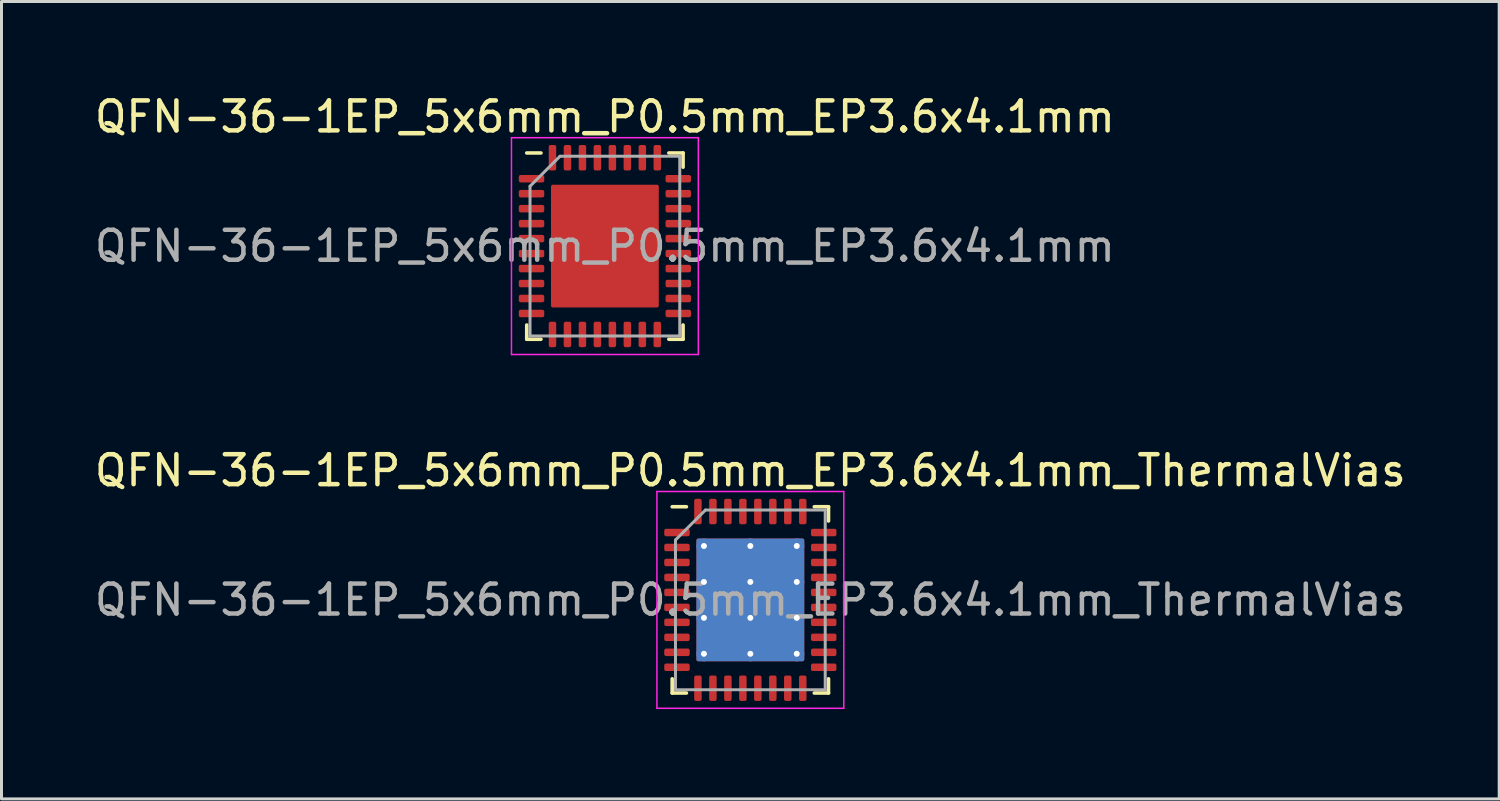
<source format=kicad_pcb>
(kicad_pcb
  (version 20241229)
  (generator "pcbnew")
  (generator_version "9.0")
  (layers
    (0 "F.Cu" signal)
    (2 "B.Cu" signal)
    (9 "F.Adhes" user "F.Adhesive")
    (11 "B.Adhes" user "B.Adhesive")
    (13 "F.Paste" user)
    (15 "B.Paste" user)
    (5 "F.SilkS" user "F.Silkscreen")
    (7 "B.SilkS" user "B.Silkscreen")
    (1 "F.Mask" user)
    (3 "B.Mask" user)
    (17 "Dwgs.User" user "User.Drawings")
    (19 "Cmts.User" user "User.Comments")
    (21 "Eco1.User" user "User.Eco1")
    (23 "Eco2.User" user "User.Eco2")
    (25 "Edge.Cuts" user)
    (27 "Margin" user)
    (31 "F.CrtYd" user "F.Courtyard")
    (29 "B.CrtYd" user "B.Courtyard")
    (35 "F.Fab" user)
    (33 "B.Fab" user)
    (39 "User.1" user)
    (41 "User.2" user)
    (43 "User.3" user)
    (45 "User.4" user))
  (footprint "QFN-36-1EP_5x6mm_P0.5mm_EP3.6x4.1mm_ThermalVias"
    (layer "F.Cu")
    (at 22.006 16.982)
    (property "Reference" "QFN-36-1EP_5x6mm_P0.5mm_EP3.6x4.1mm_ThermalVias" (at 0 -4.32 0) (layer "F.SilkS") (effects (font (size 1 1) (thickness 0.15))))
    (attr smd)
    (fp_line (start -2.61 3.11) (end -2.61 2.635) (stroke (width 0.12) (type solid)) (layer "F.SilkS"))
    (fp_line (start -2.135 -3.11) (end -2.61 -3.11) (stroke (width 0.12) (type solid)) (layer "F.SilkS"))
    (fp_line (start -2.135 3.11) (end -2.61 3.11) (stroke (width 0.12) (type solid)) (layer "F.SilkS"))
    (fp_line (start 2.135 -3.11) (end 2.61 -3.11) (stroke (width 0.12) (type solid)) (layer "F.SilkS"))
    (fp_line (start 2.135 3.11) (end 2.61 3.11) (stroke (width 0.12) (type solid)) (layer "F.SilkS"))
    (fp_line (start 2.61 -3.11) (end 2.61 -2.635) (stroke (width 0.12) (type solid)) (layer "F.SilkS"))
    (fp_line (start 2.61 3.11) (end 2.61 2.635) (stroke (width 0.12) (type solid)) (layer "F.SilkS"))
    (fp_line (start -3.12 -3.62) (end -3.12 3.62) (stroke (width 0.05) (type solid)) (layer "F.CrtYd"))
    (fp_line (start -3.12 3.62) (end 3.12 3.62) (stroke (width 0.05) (type solid)) (layer "F.CrtYd"))
    (fp_line (start 3.12 -3.62) (end -3.12 -3.62) (stroke (width 0.05) (type solid)) (layer "F.CrtYd"))
    (fp_line (start 3.12 3.62) (end 3.12 -3.62) (stroke (width 0.05) (type solid)) (layer "F.CrtYd"))
    (fp_line (start -2.5 -2) (end -1.5 -3) (stroke (width 0.1) (type solid)) (layer "F.Fab"))
    (fp_line (start -2.5 3) (end -2.5 -2) (stroke (width 0.1) (type solid)) (layer "F.Fab"))
    (fp_line (start -1.5 -3) (end 2.5 -3) (stroke (width 0.1) (type solid)) (layer "F.Fab"))
    (fp_line (start 2.5 -3) (end 2.5 3) (stroke (width 0.1) (type solid)) (layer "F.Fab"))
    (fp_line (start 2.5 3) (end -2.5 3) (stroke (width 0.1) (type solid)) (layer "F.Fab"))
    (fp_text user "${REFERENCE}" (at 0 0 0) (layer "F.Fab") (effects (font (size 1 1) (thickness 0.15))))
    (pad "" smd roundrect (at -0.775 -1.2) (size 1.394 1.059) (layers "F.Paste") (roundrect_rratio 0.236))
    (pad "" smd roundrect (at -0.775 0) (size 1.394 1.059) (layers "F.Paste") (roundrect_rratio 0.236))
    (pad "" smd roundrect (at -0.775 1.2) (size 1.394 1.059) (layers "F.Paste") (roundrect_rratio 0.236))
    (pad "" smd roundrect (at 0.775 -1.2) (size 1.394 1.059) (layers "F.Paste") (roundrect_rratio 0.236))
    (pad "" smd roundrect (at 0.775 0) (size 1.394 1.059) (layers "F.Paste") (roundrect_rratio 0.236))
    (pad "" smd roundrect (at 0.775 1.2) (size 1.394 1.059) (layers "F.Paste") (roundrect_rratio 0.236))
    (pad "1" smd roundrect (at -2.45 -2.25) (size 0.85 0.25) (layers "F.Cu" "F.Mask" "F.Paste") (roundrect_rratio 0.25))
    (pad "2" smd roundrect (at -2.45 -1.75) (size 0.85 0.25) (layers "F.Cu" "F.Mask" "F.Paste") (roundrect_rratio 0.25))
    (pad "3" smd roundrect (at -2.45 -1.25) (size 0.85 0.25) (layers "F.Cu" "F.Mask" "F.Paste") (roundrect_rratio 0.25))
    (pad "4" smd roundrect (at -2.45 -0.75) (size 0.85 0.25) (layers "F.Cu" "F.Mask" "F.Paste") (roundrect_rratio 0.25))
    (pad "5" smd roundrect (at -2.45 -0.25) (size 0.85 0.25) (layers "F.Cu" "F.Mask" "F.Paste") (roundrect_rratio 0.25))
    (pad "6" smd roundrect (at -2.45 0.25) (size 0.85 0.25) (layers "F.Cu" "F.Mask" "F.Paste") (roundrect_rratio 0.25))
    (pad "7" smd roundrect (at -2.45 0.75) (size 0.85 0.25) (layers "F.Cu" "F.Mask" "F.Paste") (roundrect_rratio 0.25))
    (pad "8" smd roundrect (at -2.45 1.25) (size 0.85 0.25) (layers "F.Cu" "F.Mask" "F.Paste") (roundrect_rratio 0.25))
    (pad "9" smd roundrect (at -2.45 1.75) (size 0.85 0.25) (layers "F.Cu" "F.Mask" "F.Paste") (roundrect_rratio 0.25))
    (pad "10" smd roundrect (at -2.45 2.25) (size 0.85 0.25) (layers "F.Cu" "F.Mask" "F.Paste") (roundrect_rratio 0.25))
    (pad "11" smd roundrect (at -1.75 2.95) (size 0.25 0.85) (layers "F.Cu" "F.Mask" "F.Paste") (roundrect_rratio 0.25))
    (pad "12" smd roundrect (at -1.25 2.95) (size 0.25 0.85) (layers "F.Cu" "F.Mask" "F.Paste") (roundrect_rratio 0.25))
    (pad "13" smd roundrect (at -0.75 2.95) (size 0.25 0.85) (layers "F.Cu" "F.Mask" "F.Paste") (roundrect_rratio 0.25))
    (pad "14" smd roundrect (at -0.25 2.95) (size 0.25 0.85) (layers "F.Cu" "F.Mask" "F.Paste") (roundrect_rratio 0.25))
    (pad "15" smd roundrect (at 0.25 2.95) (size 0.25 0.85) (layers "F.Cu" "F.Mask" "F.Paste") (roundrect_rratio 0.25))
    (pad "16" smd roundrect (at 0.75 2.95) (size 0.25 0.85) (layers "F.Cu" "F.Mask" "F.Paste") (roundrect_rratio 0.25))
    (pad "17" smd roundrect (at 1.25 2.95) (size 0.25 0.85) (layers "F.Cu" "F.Mask" "F.Paste") (roundrect_rratio 0.25))
    (pad "18" smd roundrect (at 1.75 2.95) (size 0.25 0.85) (layers "F.Cu" "F.Mask" "F.Paste") (roundrect_rratio 0.25))
    (pad "19" smd roundrect (at 2.45 2.25) (size 0.85 0.25) (layers "F.Cu" "F.Mask" "F.Paste") (roundrect_rratio 0.25))
    (pad "20" smd roundrect (at 2.45 1.75) (size 0.85 0.25) (layers "F.Cu" "F.Mask" "F.Paste") (roundrect_rratio 0.25))
    (pad "21" smd roundrect (at 2.45 1.25) (size 0.85 0.25) (layers "F.Cu" "F.Mask" "F.Paste") (roundrect_rratio 0.25))
    (pad "22" smd roundrect (at 2.45 0.75) (size 0.85 0.25) (layers "F.Cu" "F.Mask" "F.Paste") (roundrect_rratio 0.25))
    (pad "23" smd roundrect (at 2.45 0.25) (size 0.85 0.25) (layers "F.Cu" "F.Mask" "F.Paste") (roundrect_rratio 0.25))
    (pad "24" smd roundrect (at 2.45 -0.25) (size 0.85 0.25) (layers "F.Cu" "F.Mask" "F.Paste") (roundrect_rratio 0.25))
    (pad "25" smd roundrect (at 2.45 -0.75) (size 0.85 0.25) (layers "F.Cu" "F.Mask" "F.Paste") (roundrect_rratio 0.25))
    (pad "26" smd roundrect (at 2.45 -1.25) (size 0.85 0.25) (layers "F.Cu" "F.Mask" "F.Paste") (roundrect_rratio 0.25))
    (pad "27" smd roundrect (at 2.45 -1.75) (size 0.85 0.25) (layers "F.Cu" "F.Mask" "F.Paste") (roundrect_rratio 0.25))
    (pad "28" smd roundrect (at 2.45 -2.25) (size 0.85 0.25) (layers "F.Cu" "F.Mask" "F.Paste") (roundrect_rratio 0.25))
    (pad "29" smd roundrect (at 1.75 -2.95) (size 0.25 0.85) (layers "F.Cu" "F.Mask" "F.Paste") (roundrect_rratio 0.25))
    (pad "30" smd roundrect (at 1.25 -2.95) (size 0.25 0.85) (layers "F.Cu" "F.Mask" "F.Paste") (roundrect_rratio 0.25))
    (pad "31" smd roundrect (at 0.75 -2.95) (size 0.25 0.85) (layers "F.Cu" "F.Mask" "F.Paste") (roundrect_rratio 0.25))
    (pad "32" smd roundrect (at 0.25 -2.95) (size 0.25 0.85) (layers "F.Cu" "F.Mask" "F.Paste") (roundrect_rratio 0.25))
    (pad "33" smd roundrect (at -0.25 -2.95) (size 0.25 0.85) (layers "F.Cu" "F.Mask" "F.Paste") (roundrect_rratio 0.25))
    (pad "34" smd roundrect (at -0.75 -2.95) (size 0.25 0.85) (layers "F.Cu" "F.Mask" "F.Paste") (roundrect_rratio 0.25))
    (pad "35" smd roundrect (at -1.25 -2.95) (size 0.25 0.85) (layers "F.Cu" "F.Mask" "F.Paste") (roundrect_rratio 0.25))
    (pad "36" smd roundrect (at -1.75 -2.95) (size 0.25 0.85) (layers "F.Cu" "F.Mask" "F.Paste") (roundrect_rratio 0.25))
    (pad "37" thru_hole circle (at -1.55 -1.8) (size 0.5 0.5) (drill 0.2) (layers "*.Cu"))
    (pad "37" thru_hole circle (at -1.55 -0.6) (size 0.5 0.5) (drill 0.2) (layers "*.Cu"))
    (pad "37" thru_hole circle (at -1.55 0.6) (size 0.5 0.5) (drill 0.2) (layers "*.Cu"))
    (pad "37" thru_hole circle (at -1.55 1.8) (size 0.5 0.5) (drill 0.2) (layers "*.Cu"))
    (pad "37" thru_hole circle (at 0 -1.8) (size 0.5 0.5) (drill 0.2) (layers "*.Cu"))
    (pad "37" thru_hole circle (at 0 -0.6) (size 0.5 0.5) (drill 0.2) (layers "*.Cu"))
    (pad "37" smd roundrect (at 0 0) (size 3.6 4.1) (layers "F.Cu" "F.Mask") (roundrect_rratio 0.017))
    (pad "37" smd roundrect (at 0 0) (size 3.6 4.1) (layers "B.Cu") (roundrect_rratio 0.017))
    (pad "37" thru_hole circle (at 0 0.6) (size 0.5 0.5) (drill 0.2) (layers "*.Cu"))
    (pad "37" thru_hole circle (at 0 1.8) (size 0.5 0.5) (drill 0.2) (layers "*.Cu"))
    (pad "37" thru_hole circle (at 1.55 -1.8) (size 0.5 0.5) (drill 0.2) (layers "*.Cu"))
    (pad "37" thru_hole circle (at 1.55 -0.6) (size 0.5 0.5) (drill 0.2) (layers "*.Cu"))
    (pad "37" thru_hole circle (at 1.55 0.6) (size 0.5 0.5) (drill 0.2) (layers "*.Cu"))
    (pad "37" thru_hole circle (at 1.55 1.8) (size 0.5 0.5) (drill 0.2) (layers "*.Cu")))
  (footprint "QFN-36-1EP_5x6mm_P0.5mm_EP3.6x4.1mm"
    (layer "F.Cu")
    (at 17.149 5.168)
    (property "Reference" "QFN-36-1EP_5x6mm_P0.5mm_EP3.6x4.1mm" (at 0 -4.32 0) (layer "F.SilkS") (effects (font (size 1 1) (thickness 0.15))))
    (attr smd)
    (fp_line (start -2.61 3.11) (end -2.61 2.635) (stroke (width 0.12) (type solid)) (layer "F.SilkS"))
    (fp_line (start -2.135 -3.11) (end -2.61 -3.11) (stroke (width 0.12) (type solid)) (layer "F.SilkS"))
    (fp_line (start -2.135 3.11) (end -2.61 3.11) (stroke (width 0.12) (type solid)) (layer "F.SilkS"))
    (fp_line (start 2.135 -3.11) (end 2.61 -3.11) (stroke (width 0.12) (type solid)) (layer "F.SilkS"))
    (fp_line (start 2.135 3.11) (end 2.61 3.11) (stroke (width 0.12) (type solid)) (layer "F.SilkS"))
    (fp_line (start 2.61 -3.11) (end 2.61 -2.635) (stroke (width 0.12) (type solid)) (layer "F.SilkS"))
    (fp_line (start 2.61 3.11) (end 2.61 2.635) (stroke (width 0.12) (type solid)) (layer "F.SilkS"))
    (fp_line (start -3.12 -3.62) (end -3.12 3.62) (stroke (width 0.05) (type solid)) (layer "F.CrtYd"))
    (fp_line (start -3.12 3.62) (end 3.12 3.62) (stroke (width 0.05) (type solid)) (layer "F.CrtYd"))
    (fp_line (start 3.12 -3.62) (end -3.12 -3.62) (stroke (width 0.05) (type solid)) (layer "F.CrtYd"))
    (fp_line (start 3.12 3.62) (end 3.12 -3.62) (stroke (width 0.05) (type solid)) (layer "F.CrtYd"))
    (fp_line (start -2.5 -2) (end -1.5 -3) (stroke (width 0.1) (type solid)) (layer "F.Fab"))
    (fp_line (start -2.5 3) (end -2.5 -2) (stroke (width 0.1) (type solid)) (layer "F.Fab"))
    (fp_line (start -1.5 -3) (end 2.5 -3) (stroke (width 0.1) (type solid)) (layer "F.Fab"))
    (fp_line (start 2.5 -3) (end 2.5 3) (stroke (width 0.1) (type solid)) (layer "F.Fab"))
    (fp_line (start 2.5 3) (end -2.5 3) (stroke (width 0.1) (type solid)) (layer "F.Fab"))
    (fp_text user "${REFERENCE}" (at 0 0 0) (layer "F.Fab") (effects (font (size 1 1) (thickness 0.15))))
    (pad "" smd roundrect (at -1.2 -1.37) (size 0.97 1.1) (layers "F.Paste") (roundrect_rratio 0.25))
    (pad "" smd roundrect (at -1.2 0) (size 0.97 1.1) (layers "F.Paste") (roundrect_rratio 0.25))
    (pad "" smd roundrect (at -1.2 1.37) (size 0.97 1.1) (layers "F.Paste") (roundrect_rratio 0.25))
    (pad "" smd roundrect (at 0 -1.37) (size 0.97 1.1) (layers "F.Paste") (roundrect_rratio 0.25))
    (pad "" smd roundrect (at 0 0) (size 0.97 1.1) (layers "F.Paste") (roundrect_rratio 0.25))
    (pad "" smd roundrect (at 0 1.37) (size 0.97 1.1) (layers "F.Paste") (roundrect_rratio 0.25))
    (pad "" smd roundrect (at 1.2 -1.37) (size 0.97 1.1) (layers "F.Paste") (roundrect_rratio 0.25))
    (pad "" smd roundrect (at 1.2 0) (size 0.97 1.1) (layers "F.Paste") (roundrect_rratio 0.25))
    (pad "" smd roundrect (at 1.2 1.37) (size 0.97 1.1) (layers "F.Paste") (roundrect_rratio 0.25))
    (pad "1" smd roundrect (at -2.45 -2.25) (size 0.85 0.25) (layers "F.Cu" "F.Mask" "F.Paste") (roundrect_rratio 0.25))
    (pad "2" smd roundrect (at -2.45 -1.75) (size 0.85 0.25) (layers "F.Cu" "F.Mask" "F.Paste") (roundrect_rratio 0.25))
    (pad "3" smd roundrect (at -2.45 -1.25) (size 0.85 0.25) (layers "F.Cu" "F.Mask" "F.Paste") (roundrect_rratio 0.25))
    (pad "4" smd roundrect (at -2.45 -0.75) (size 0.85 0.25) (layers "F.Cu" "F.Mask" "F.Paste") (roundrect_rratio 0.25))
    (pad "5" smd roundrect (at -2.45 -0.25) (size 0.85 0.25) (layers "F.Cu" "F.Mask" "F.Paste") (roundrect_rratio 0.25))
    (pad "6" smd roundrect (at -2.45 0.25) (size 0.85 0.25) (layers "F.Cu" "F.Mask" "F.Paste") (roundrect_rratio 0.25))
    (pad "7" smd roundrect (at -2.45 0.75) (size 0.85 0.25) (layers "F.Cu" "F.Mask" "F.Paste") (roundrect_rratio 0.25))
    (pad "8" smd roundrect (at -2.45 1.25) (size 0.85 0.25) (layers "F.Cu" "F.Mask" "F.Paste") (roundrect_rratio 0.25))
    (pad "9" smd roundrect (at -2.45 1.75) (size 0.85 0.25) (layers "F.Cu" "F.Mask" "F.Paste") (roundrect_rratio 0.25))
    (pad "10" smd roundrect (at -2.45 2.25) (size 0.85 0.25) (layers "F.Cu" "F.Mask" "F.Paste") (roundrect_rratio 0.25))
    (pad "11" smd roundrect (at -1.75 2.95) (size 0.25 0.85) (layers "F.Cu" "F.Mask" "F.Paste") (roundrect_rratio 0.25))
    (pad "12" smd roundrect (at -1.25 2.95) (size 0.25 0.85) (layers "F.Cu" "F.Mask" "F.Paste") (roundrect_rratio 0.25))
    (pad "13" smd roundrect (at -0.75 2.95) (size 0.25 0.85) (layers "F.Cu" "F.Mask" "F.Paste") (roundrect_rratio 0.25))
    (pad "14" smd roundrect (at -0.25 2.95) (size 0.25 0.85) (layers "F.Cu" "F.Mask" "F.Paste") (roundrect_rratio 0.25))
    (pad "15" smd roundrect (at 0.25 2.95) (size 0.25 0.85) (layers "F.Cu" "F.Mask" "F.Paste") (roundrect_rratio 0.25))
    (pad "16" smd roundrect (at 0.75 2.95) (size 0.25 0.85) (layers "F.Cu" "F.Mask" "F.Paste") (roundrect_rratio 0.25))
    (pad "17" smd roundrect (at 1.25 2.95) (size 0.25 0.85) (layers "F.Cu" "F.Mask" "F.Paste") (roundrect_rratio 0.25))
    (pad "18" smd roundrect (at 1.75 2.95) (size 0.25 0.85) (layers "F.Cu" "F.Mask" "F.Paste") (roundrect_rratio 0.25))
    (pad "19" smd roundrect (at 2.45 2.25) (size 0.85 0.25) (layers "F.Cu" "F.Mask" "F.Paste") (roundrect_rratio 0.25))
    (pad "20" smd roundrect (at 2.45 1.75) (size 0.85 0.25) (layers "F.Cu" "F.Mask" "F.Paste") (roundrect_rratio 0.25))
    (pad "21" smd roundrect (at 2.45 1.25) (size 0.85 0.25) (layers "F.Cu" "F.Mask" "F.Paste") (roundrect_rratio 0.25))
    (pad "22" smd roundrect (at 2.45 0.75) (size 0.85 0.25) (layers "F.Cu" "F.Mask" "F.Paste") (roundrect_rratio 0.25))
    (pad "23" smd roundrect (at 2.45 0.25) (size 0.85 0.25) (layers "F.Cu" "F.Mask" "F.Paste") (roundrect_rratio 0.25))
    (pad "24" smd roundrect (at 2.45 -0.25) (size 0.85 0.25) (layers "F.Cu" "F.Mask" "F.Paste") (roundrect_rratio 0.25))
    (pad "25" smd roundrect (at 2.45 -0.75) (size 0.85 0.25) (layers "F.Cu" "F.Mask" "F.Paste") (roundrect_rratio 0.25))
    (pad "26" smd roundrect (at 2.45 -1.25) (size 0.85 0.25) (layers "F.Cu" "F.Mask" "F.Paste") (roundrect_rratio 0.25))
    (pad "27" smd roundrect (at 2.45 -1.75) (size 0.85 0.25) (layers "F.Cu" "F.Mask" "F.Paste") (roundrect_rratio 0.25))
    (pad "28" smd roundrect (at 2.45 -2.25) (size 0.85 0.25) (layers "F.Cu" "F.Mask" "F.Paste") (roundrect_rratio 0.25))
    (pad "29" smd roundrect (at 1.75 -2.95) (size 0.25 0.85) (layers "F.Cu" "F.Mask" "F.Paste") (roundrect_rratio 0.25))
    (pad "30" smd roundrect (at 1.25 -2.95) (size 0.25 0.85) (layers "F.Cu" "F.Mask" "F.Paste") (roundrect_rratio 0.25))
    (pad "31" smd roundrect (at 0.75 -2.95) (size 0.25 0.85) (layers "F.Cu" "F.Mask" "F.Paste") (roundrect_rratio 0.25))
    (pad "32" smd roundrect (at 0.25 -2.95) (size 0.25 0.85) (layers "F.Cu" "F.Mask" "F.Paste") (roundrect_rratio 0.25))
    (pad "33" smd roundrect (at -0.25 -2.95) (size 0.25 0.85) (layers "F.Cu" "F.Mask" "F.Paste") (roundrect_rratio 0.25))
    (pad "34" smd roundrect (at -0.75 -2.95) (size 0.25 0.85) (layers "F.Cu" "F.Mask" "F.Paste") (roundrect_rratio 0.25))
    (pad "35" smd roundrect (at -1.25 -2.95) (size 0.25 0.85) (layers "F.Cu" "F.Mask" "F.Paste") (roundrect_rratio 0.25))
    (pad "36" smd roundrect (at -1.75 -2.95) (size 0.25 0.85) (layers "F.Cu" "F.Mask" "F.Paste") (roundrect_rratio 0.25))
    (pad "37" smd roundrect (at 0 0) (size 3.6 4.1) (layers "F.Cu" "F.Mask") (roundrect_rratio 0.017)))
  (gr_rect
    (start -3 -3)
    (end 47.012 23.627)
    (stroke (width 0.1) (type default))
    (fill no)
    (layer "Edge.Cuts")))
</source>
